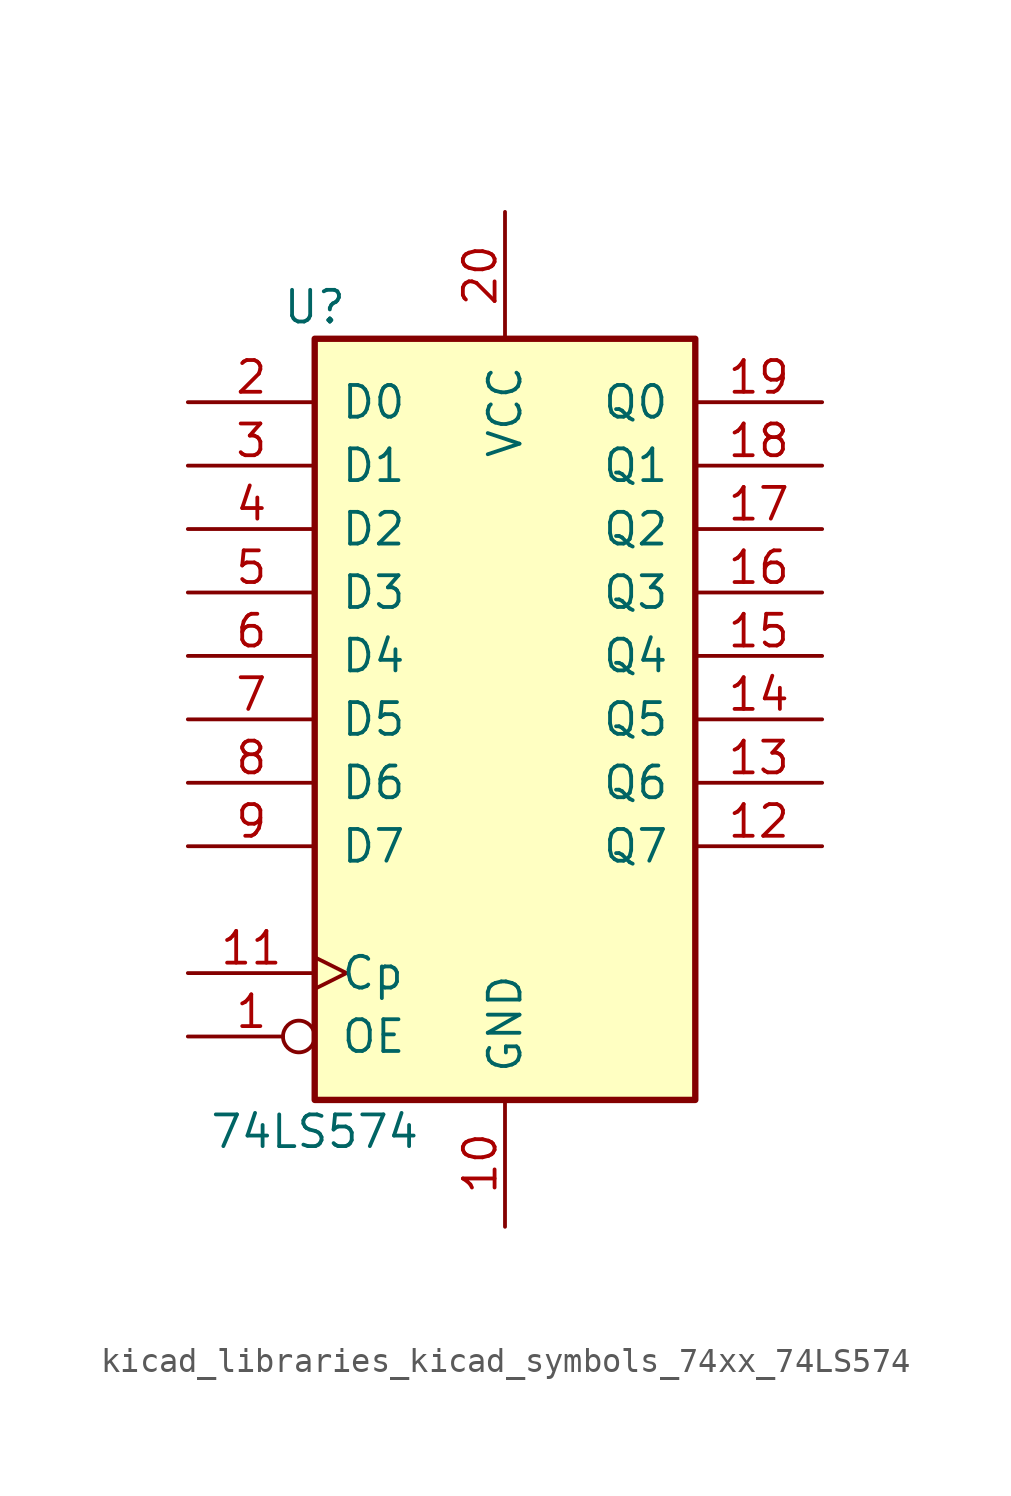
<source format=kicad_sym>
(kicad_symbol_lib
  (version 20220914)
  (generator kicad_symbol_editor)
  (symbol "kicad_libraries_kicad_symbols_74xx_74LS574"
    (pin_names
      (offset 1.016))
    (property "Reference" "U"
      (at -7.62 16.51 0)
      (effects (font (size 1.27 1.27))))
    (property "Value" "74LS574"
      (at -7.62 -16.51 0)
      (effects (font (size 1.27 1.27))))
    (property "ki_locked" ""
      (at 0 0 0)
      (effects (font (size 1.27 1.27))))
    (symbol "kicad_libraries_kicad_symbols_74xx_74LS574_1_0"
      (pin input inverted (at -12.7 -12.7 0) (length 5.08) (name "OE" (effects (font (size 1.27 1.27)))) (number "1" (effects (font (size 1.27 1.27)))))
      (pin power_in line (at 0 -20.32 90) (length 5.08) (name "GND" (effects (font (size 1.27 1.27)))) (number "10" (effects (font (size 1.27 1.27)))))
      (pin input clock (at -12.7 -10.16 0) (length 5.08) (name "Cp" (effects (font (size 1.27 1.27)))) (number "11" (effects (font (size 1.27 1.27)))))
      (pin tri_state line (at 12.7 -5.08 180) (length 5.08) (name "Q7" (effects (font (size 1.27 1.27)))) (number "12" (effects (font (size 1.27 1.27)))))
      (pin tri_state line (at 12.7 -2.54 180) (length 5.08) (name "Q6" (effects (font (size 1.27 1.27)))) (number "13" (effects (font (size 1.27 1.27)))))
      (pin tri_state line (at 12.7 0 180) (length 5.08) (name "Q5" (effects (font (size 1.27 1.27)))) (number "14" (effects (font (size 1.27 1.27)))))
      (pin tri_state line (at 12.7 2.54 180) (length 5.08) (name "Q4" (effects (font (size 1.27 1.27)))) (number "15" (effects (font (size 1.27 1.27)))))
      (pin tri_state line (at 12.7 5.08 180) (length 5.08) (name "Q3" (effects (font (size 1.27 1.27)))) (number "16" (effects (font (size 1.27 1.27)))))
      (pin tri_state line (at 12.7 7.62 180) (length 5.08) (name "Q2" (effects (font (size 1.27 1.27)))) (number "17" (effects (font (size 1.27 1.27)))))
      (pin tri_state line (at 12.7 10.16 180) (length 5.08) (name "Q1" (effects (font (size 1.27 1.27)))) (number "18" (effects (font (size 1.27 1.27)))))
      (pin tri_state line (at 12.7 12.7 180) (length 5.08) (name "Q0" (effects (font (size 1.27 1.27)))) (number "19" (effects (font (size 1.27 1.27)))))
      (pin input line (at -12.7 12.7 0) (length 5.08) (name "D0" (effects (font (size 1.27 1.27)))) (number "2" (effects (font (size 1.27 1.27)))))
      (pin power_in line (at 0 20.32 270) (length 5.08) (name "VCC" (effects (font (size 1.27 1.27)))) (number "20" (effects (font (size 1.27 1.27)))))
      (pin input line (at -12.7 10.16 0) (length 5.08) (name "D1" (effects (font (size 1.27 1.27)))) (number "3" (effects (font (size 1.27 1.27)))))
      (pin input line (at -12.7 7.62 0) (length 5.08) (name "D2" (effects (font (size 1.27 1.27)))) (number "4" (effects (font (size 1.27 1.27)))))
      (pin input line (at -12.7 5.08 0) (length 5.08) (name "D3" (effects (font (size 1.27 1.27)))) (number "5" (effects (font (size 1.27 1.27)))))
      (pin input line (at -12.7 2.54 0) (length 5.08) (name "D4" (effects (font (size 1.27 1.27)))) (number "6" (effects (font (size 1.27 1.27)))))
      (pin input line (at -12.7 0 0) (length 5.08) (name "D5" (effects (font (size 1.27 1.27)))) (number "7" (effects (font (size 1.27 1.27)))))
      (pin input line (at -12.7 -2.54 0) (length 5.08) (name "D6" (effects (font (size 1.27 1.27)))) (number "8" (effects (font (size 1.27 1.27)))))
      (pin input line (at -12.7 -5.08 0) (length 5.08) (name "D7" (effects (font (size 1.27 1.27)))) (number "9" (effects (font (size 1.27 1.27))))))
    (symbol "kicad_libraries_kicad_symbols_74xx_74LS574_1_1"
      (rectangle (start -7.62 15.24) (end 7.62 -15.24) (stroke (width 0.254) (type default)) (fill (type background))))))
</source>
